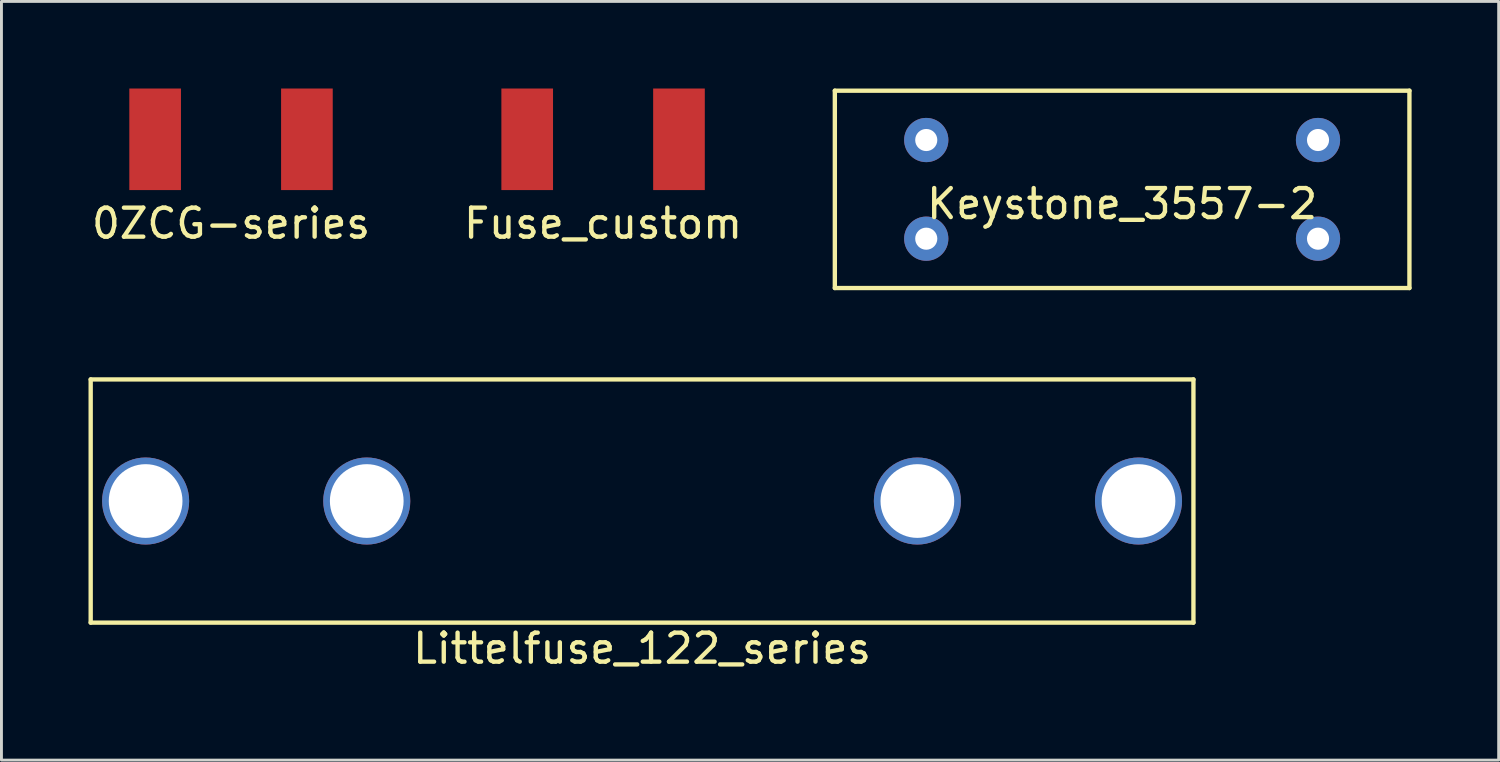
<source format=kicad_pcb>
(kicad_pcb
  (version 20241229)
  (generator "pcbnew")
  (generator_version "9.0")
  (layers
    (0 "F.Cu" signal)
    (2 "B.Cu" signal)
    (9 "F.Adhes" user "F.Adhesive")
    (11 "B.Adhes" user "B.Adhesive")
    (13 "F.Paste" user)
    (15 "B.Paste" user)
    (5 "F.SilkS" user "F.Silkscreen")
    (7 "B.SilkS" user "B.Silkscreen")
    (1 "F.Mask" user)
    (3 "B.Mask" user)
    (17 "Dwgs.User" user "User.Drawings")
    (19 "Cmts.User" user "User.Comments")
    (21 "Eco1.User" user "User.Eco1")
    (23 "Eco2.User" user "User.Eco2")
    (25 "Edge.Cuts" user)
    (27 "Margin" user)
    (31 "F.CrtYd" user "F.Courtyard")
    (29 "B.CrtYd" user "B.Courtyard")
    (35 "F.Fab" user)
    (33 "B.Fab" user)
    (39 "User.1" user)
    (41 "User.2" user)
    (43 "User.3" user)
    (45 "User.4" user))
  (footprint "Fuse_custom"
    (layer "F.Cu")
    (at 17.732 1.75)
    (property "Reference" "Fuse_custom" (at 0 2.9 0) (layer "F.SilkS") (effects (font (size 1 1) (thickness 0.15))))
    (attr through_hole)
    (pad "1" smd rect (at -2.615 0) (size 1.78 3.5) (layers "F.Cu" "F.Mask" "F.Paste"))
    (pad "2" smd rect (at 2.615 0) (size 1.78 3.5) (layers "F.Cu" "F.Mask" "F.Paste")))
  (footprint "0ZCG-series"
    (layer "F.Cu")
    (at 4.911 1.75)
    (property "Reference" "0ZCG-series" (at 0 2.9 0) (layer "F.SilkS") (effects (font (size 1 1) (thickness 0.15))))
    (attr through_hole)
    (pad "1" smd rect (at -2.615 0) (size 1.78 3.5) (layers "F.Cu" "F.Mask" "F.Paste"))
    (pad "2" smd rect (at 2.615 0) (size 1.78 3.5) (layers "F.Cu" "F.Mask" "F.Paste")))
  (footprint "Littelfuse_122_series"
    (layer "F.Cu")
    (at 19.075 14.215)
    (property "Reference" "Littelfuse_122_series" (at 0 5.08 0) (layer "F.SilkS") (effects (font (size 1 1) (thickness 0.15))))
    (attr through_hole)
    (fp_line (start -19 -4.19) (end 19 -4.19) (stroke (width 0.15) (type solid)) (layer "F.SilkS"))
    (fp_line (start -19 4.19) (end -19 -4.19) (stroke (width 0.15) (type solid)) (layer "F.SilkS"))
    (fp_line (start 19 -4.19) (end 19 4.19) (stroke (width 0.15) (type solid)) (layer "F.SilkS"))
    (fp_line (start 19 4.19) (end -19 4.19) (stroke (width 0.15) (type solid)) (layer "F.SilkS"))
    (pad "1" thru_hole circle (at -17.107 0) (size 3 3) (drill 2.54) (layers "*.Cu" "*.Mask"))
    (pad "1" thru_hole circle (at -9.487 0) (size 3 3) (drill 2.54) (layers "*.Cu" "*.Mask"))
    (pad "2" thru_hole circle (at 9.487 0) (size 3 3) (drill 2.54) (layers "*.Cu" "*.Mask"))
    (pad "2" thru_hole circle (at 17.107 0) (size 3 3) (drill 2.54) (layers "*.Cu" "*.Mask")))
  (footprint "Keystone_3557-2"
    (layer "F.Cu")
    (at 35.618 3.475)
    (property "Reference" "Keystone_3557-2" (at 0 0.5 0) (layer "F.SilkS") (effects (font (size 1 1) (thickness 0.15))))
    (attr through_hole)
    (fp_line (start -9.9 -3.4) (end -9.9 3.4) (stroke (width 0.15) (type solid)) (layer "F.SilkS"))
    (fp_line (start -9.9 -3.4) (end 9.9 -3.4) (stroke (width 0.15) (type solid)) (layer "F.SilkS"))
    (fp_line (start -9.9 3.4) (end 9.9 3.4) (stroke (width 0.15) (type solid)) (layer "F.SilkS"))
    (fp_line (start 9.9 -3.4) (end 9.9 3.4) (stroke (width 0.15) (type solid)) (layer "F.SilkS"))
    (pad "1" thru_hole circle (at -6.75 -1.7) (size 1.524 1.524) (drill 0.762) (layers "*.Cu" "*.Mask"))
    (pad "1" thru_hole circle (at -6.75 1.7) (size 1.524 1.524) (drill 0.762) (layers "*.Cu" "*.Mask"))
    (pad "2" thru_hole circle (at 6.75 -1.7) (size 1.524 1.524) (drill 0.762) (layers "*.Cu" "*.Mask"))
    (pad "2" thru_hole circle (at 6.75 1.7) (size 1.524 1.524) (drill 0.762) (layers "*.Cu" "*.Mask")))
  (gr_rect
    (start -3 -3)
    (end 48.593 23.143)
    (stroke (width 0.1) (type default))
    (fill no)
    (layer "Edge.Cuts")))
</source>
